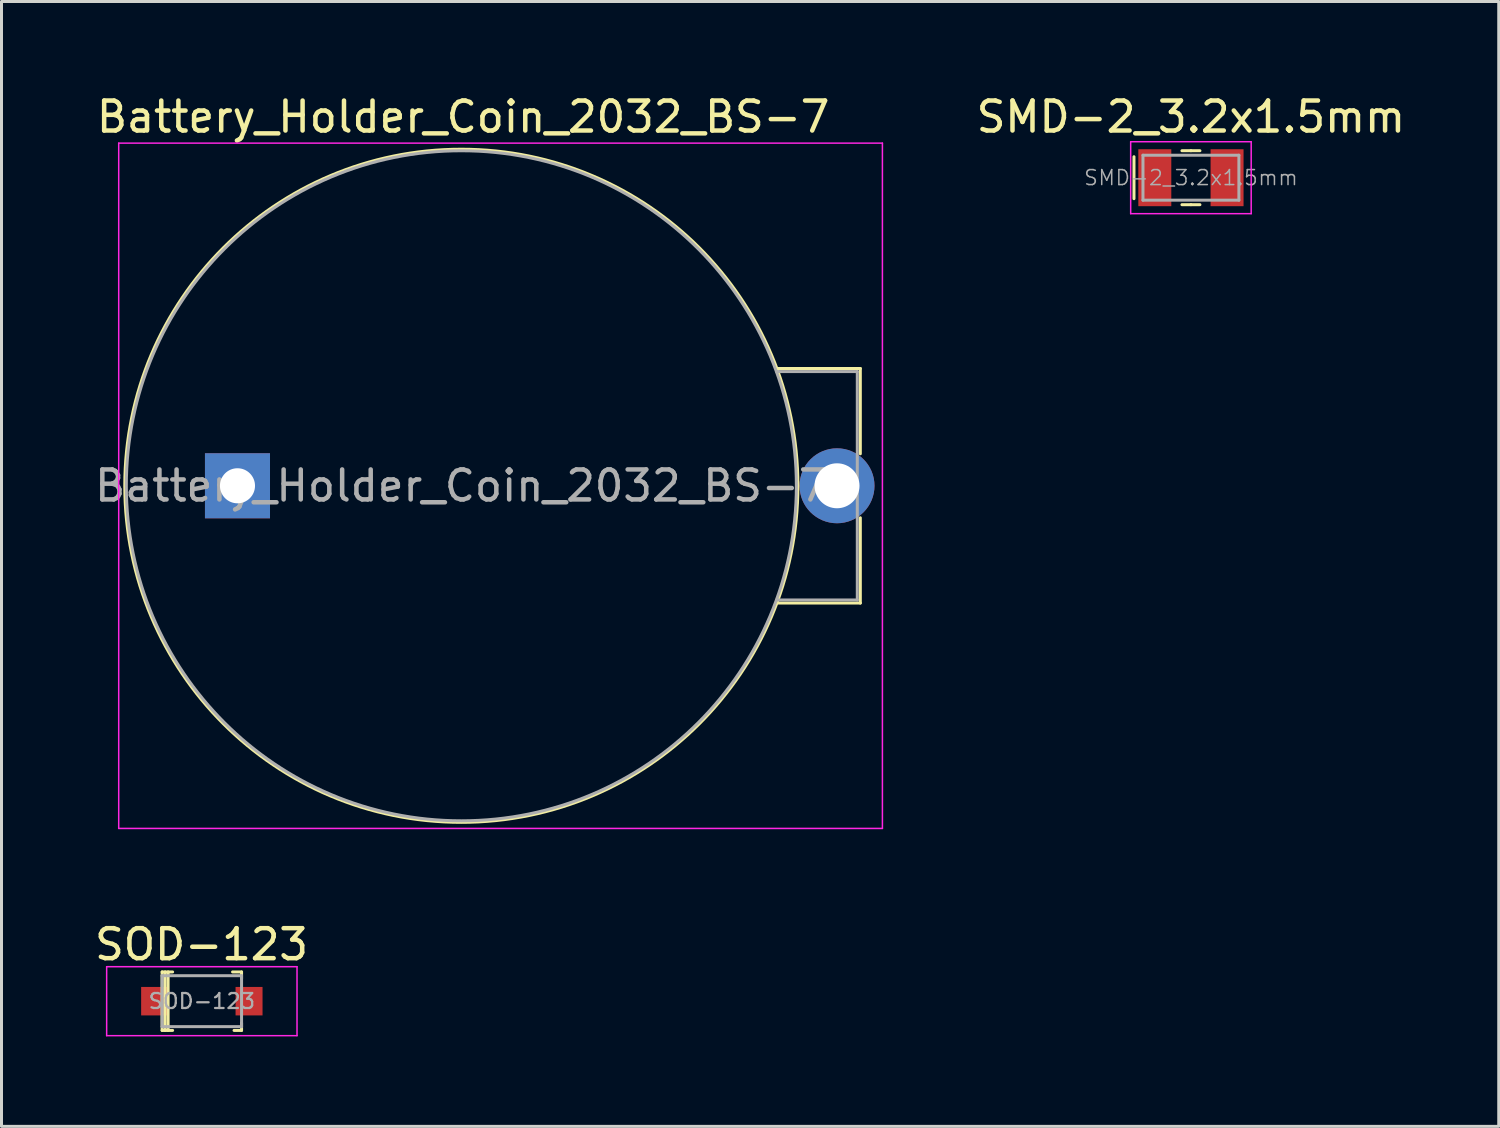
<source format=kicad_pcb>
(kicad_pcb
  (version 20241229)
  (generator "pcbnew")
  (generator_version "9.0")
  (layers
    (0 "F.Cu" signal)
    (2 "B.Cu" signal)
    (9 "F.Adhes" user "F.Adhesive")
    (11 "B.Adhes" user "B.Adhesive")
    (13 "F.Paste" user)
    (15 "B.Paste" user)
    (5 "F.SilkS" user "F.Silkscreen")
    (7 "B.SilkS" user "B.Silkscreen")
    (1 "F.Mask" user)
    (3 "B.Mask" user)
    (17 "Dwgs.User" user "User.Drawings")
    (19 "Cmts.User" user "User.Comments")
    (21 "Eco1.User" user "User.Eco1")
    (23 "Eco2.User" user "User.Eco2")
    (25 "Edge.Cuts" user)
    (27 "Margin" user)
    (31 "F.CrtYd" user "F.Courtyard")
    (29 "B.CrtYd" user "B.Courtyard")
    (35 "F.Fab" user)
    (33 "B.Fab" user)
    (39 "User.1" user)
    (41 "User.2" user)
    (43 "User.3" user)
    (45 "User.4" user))
  (footprint "Battery_Holder_Coin_2032_BS-7"
    (layer "F.Cu")
    (at 4.872 13.155)
    (property "Reference" "Battery_Holder_Coin_2032_BS-7" (at 7.529 -12.306 0) (layer "F.SilkS") (effects (font (size 1 1) (thickness 0.15))))
    (attr through_hole)
    (fp_line (start 18.034 -3.912) (end 20.777 -3.912) (stroke (width 0.1) (type solid)) (layer "F.SilkS"))
    (fp_line (start 18.034 3.912) (end 20.777 3.912) (stroke (width 0.1) (type solid)) (layer "F.SilkS"))
    (fp_line (start 20.777 -3.912) (end 20.777 -1.067) (stroke (width 0.1) (type solid)) (layer "F.SilkS"))
    (fp_line (start 20.777 3.912) (end 20.777 1.067) (stroke (width 0.1) (type solid)) (layer "F.SilkS"))
    (fp_circle (center 7.468 0) (end -3.759 0) (stroke (width 0.1) (type solid)) (fill no) (layer "F.SilkS"))
    (fp_line (start -3.962 -11.43) (end -3.962 11.43) (stroke (width 0.05) (type solid)) (layer "F.CrtYd"))
    (fp_line (start -3.962 -11.43) (end 21.514 -11.43) (stroke (width 0.05) (type solid)) (layer "F.CrtYd"))
    (fp_line (start -3.962 11.43) (end 21.514 11.43) (stroke (width 0.05) (type solid)) (layer "F.CrtYd"))
    (fp_line (start 21.514 -11.43) (end 21.514 11.43) (stroke (width 0.05) (type solid)) (layer "F.CrtYd"))
    (fp_line (start 17.983 -3.81) (end 20.676 -3.81) (stroke (width 0.1) (type solid)) (layer "F.Fab"))
    (fp_line (start 17.983 3.81) (end 20.676 3.81) (stroke (width 0.1) (type solid)) (layer "F.Fab"))
    (fp_line (start 20.676 -3.81) (end 20.676 3.81) (stroke (width 0.1) (type solid)) (layer "F.Fab"))
    (fp_circle (center 7.468 0) (end -3.708 0) (stroke (width 0.1) (type solid)) (fill no) (layer "F.Fab"))
    (fp_text user "${REFERENCE}" (at 7.468 0 0) (layer "F.Fab") (effects (font (size 1 1) (thickness 0.15))))
    (pad "Neg" thru_hole rect (at 0 0) (size 2.17 2.17) (drill 1.17) (layers "*.Cu" "*.Mask"))
    (pad "Pos" thru_hole circle (at 20 0) (size 2.5 2.5) (drill 1.5) (layers "*.Cu" "*.Mask")))
  (footprint "SMD-2_3.2x1.5mm"
    (layer "F.Cu")
    (at 36.678 2.878)
    (property "Reference" "SMD-2_3.2x1.5mm" (at 0 -2.03 0) (layer "F.SilkS") (effects (font (size 1 1) (thickness 0.15))))
    (attr smd)
    (fp_line (start -1.9 -0.7) (end -1.9 0.7) (stroke (width 0.1) (type solid)) (layer "F.SilkS"))
    (fp_line (start 0 -0.9) (end -0.3 -0.9) (stroke (width 0.1) (type solid)) (layer "F.SilkS"))
    (fp_line (start 0 -0.9) (end 0.3 -0.9) (stroke (width 0.1) (type solid)) (layer "F.SilkS"))
    (fp_line (start 0 0.9) (end -0.3 0.9) (stroke (width 0.1) (type solid)) (layer "F.SilkS"))
    (fp_line (start 0 0.9) (end 0.3 0.9) (stroke (width 0.1) (type solid)) (layer "F.SilkS"))
    (fp_line (start -2.01 -1.2) (end 2.01 -1.2) (stroke (width 0.05) (type solid)) (layer "F.CrtYd"))
    (fp_line (start -2.01 1.2) (end -2.01 -1.2) (stroke (width 0.05) (type solid)) (layer "F.CrtYd"))
    (fp_line (start -2.01 1.2) (end 2.01 1.2) (stroke (width 0.05) (type solid)) (layer "F.CrtYd"))
    (fp_line (start 2.01 1.2) (end 2.01 -1.2) (stroke (width 0.05) (type solid)) (layer "F.CrtYd"))
    (fp_line (start -1.6 -0.75) (end 1.6 -0.75) (stroke (width 0.1) (type solid)) (layer "F.Fab"))
    (fp_line (start -1.6 0.75) (end -1.6 -0.75) (stroke (width 0.1) (type solid)) (layer "F.Fab"))
    (fp_line (start -1.6 0.75) (end 1.6 0.75) (stroke (width 0.1) (type solid)) (layer "F.Fab"))
    (fp_line (start 1.6 0.75) (end 1.6 -0.75) (stroke (width 0.1) (type solid)) (layer "F.Fab"))
    (fp_text user "${REFERENCE}" (at 0 0 0) (layer "F.Fab") (effects (font (size 0.5 0.5) (thickness 0.05))))
    (pad "1" smd rect (at -1.205 0) (size 1.1 1.9) (layers "F.Cu" "F.Mask" "F.Paste"))
    (pad "2" smd rect (at 1.205 0) (size 1.1 1.9) (layers "F.Cu" "F.Mask" "F.Paste")))
  (footprint "SOD-123"
    (layer "F.Cu")
    (at 3.683 30.348)
    (property "Reference" "SOD-123" (at -0.01 -1.89 0) (layer "F.SilkS") (effects (font (size 1 1) (thickness 0.15))))
    (attr smd)
    (fp_line (start -1.325 -0.975) (end -1.325 0.975) (stroke (width 0.1) (type solid)) (layer "F.SilkS"))
    (fp_line (start -1.225 -0.975) (end -1.225 0.975) (stroke (width 0.1) (type solid)) (layer "F.SilkS"))
    (fp_line (start -1.125 -0.975) (end -1.125 0.975) (stroke (width 0.1) (type solid)) (layer "F.SilkS"))
    (fp_line (start -0.975 -0.975) (end -1.325 -0.975) (stroke (width 0.1) (type solid)) (layer "F.SilkS"))
    (fp_line (start -0.975 0.975) (end -1.325 0.975) (stroke (width 0.1) (type solid)) (layer "F.SilkS"))
    (fp_line (start 1.025 -0.975) (end 1.325 -0.975) (stroke (width 0.1) (type solid)) (layer "F.SilkS"))
    (fp_line (start 1.325 -0.975) (end 1.325 -0.75) (stroke (width 0.1) (type solid)) (layer "F.SilkS"))
    (fp_line (start 1.325 0.725) (end 1.325 0.975) (stroke (width 0.1) (type solid)) (layer "F.SilkS"))
    (fp_line (start 1.325 0.975) (end 1.075 0.975) (stroke (width 0.1) (type solid)) (layer "F.SilkS"))
    (fp_line (start -3.175 1.15) (end -3.175 -1.15) (stroke (width 0.05) (type solid)) (layer "F.CrtYd"))
    (fp_line (start 3.175 -1.15) (end -3.175 -1.15) (stroke (width 0.05) (type solid)) (layer "F.CrtYd"))
    (fp_line (start 3.175 -1.15) (end 3.175 1.15) (stroke (width 0.05) (type solid)) (layer "F.CrtYd"))
    (fp_line (start 3.175 1.15) (end -3.175 1.15) (stroke (width 0.05) (type solid)) (layer "F.CrtYd"))
    (fp_line (start -1.325 -0.85) (end -1.325 0.85) (stroke (width 0.1) (type solid)) (layer "F.Fab"))
    (fp_line (start -1.325 -0.85) (end 1.325 -0.85) (stroke (width 0.1) (type solid)) (layer "F.Fab"))
    (fp_line (start -1.325 0.85) (end 1.325 0.85) (stroke (width 0.1) (type solid)) (layer "F.Fab"))
    (fp_line (start 1.325 -0.85) (end 1.325 0.85) (stroke (width 0.1) (type solid)) (layer "F.Fab"))
    (fp_text user "${REFERENCE}" (at 0 0 0) (layer "F.Fab") (effects (font (size 0.5 0.5) (thickness 0.075))))
    (pad "A" smd rect (at 1.575 0) (size 0.9 0.95) (layers "F.Cu" "F.Mask" "F.Paste"))
    (pad "K" smd rect (at -1.575 0) (size 0.9 0.95) (layers "F.Cu" "F.Mask" "F.Paste")))
  (gr_rect
    (start -3 -3)
    (end 46.946 34.523)
    (stroke (width 0.1) (type default))
    (fill no)
    (layer "Edge.Cuts")))
</source>
